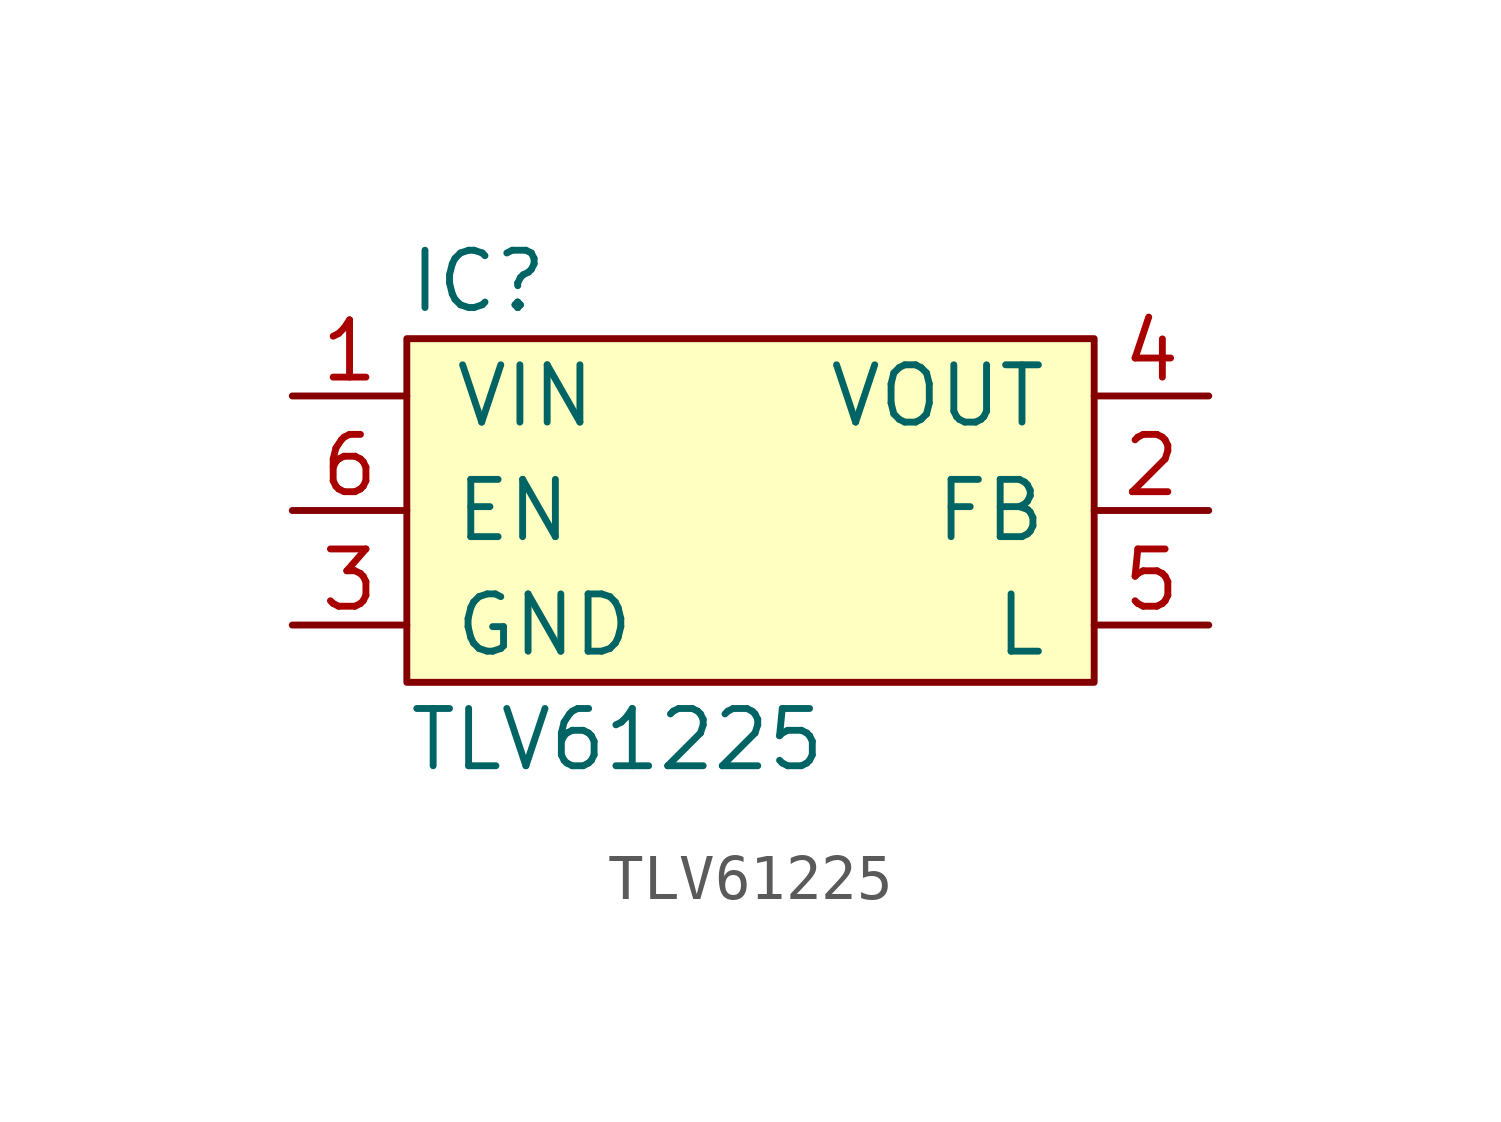
<source format=kicad_sym>
(kicad_symbol_lib
  (version 20211014)
  (generator agg_kicad.build_lib_ic)
  (symbol "TLV61225"
    (pin_names
      (offset 1.016))
    (property Reference IC
      (at -7.62 5.08 0)
      (effects (font (size 1.27 1.27)) (justify left)))
    (property Value "TLV61225"
      (at -7.62 -5.08 0)
      (effects (font (size 1.27 1.27)) (justify left)))
    (symbol "TLV61225_0_0"
      (rectangle (start -7.62 3.81) (end 7.62 -3.81) (stroke (width 0) (type default) (color 0 0 0 0)) (fill (type background)))
      (pin power_in line (at -10.16 2.54 0) (length 2.54) (name VIN (effects (font (size 1.27 1.27)))) (number "1" (effects (font (size 1.27 1.27)))))
      (pin input line (at -10.16 0 0) (length 2.54) (name EN (effects (font (size 1.27 1.27)))) (number "6" (effects (font (size 1.27 1.27)))))
      (pin power_in line (at -10.16 -2.54 0) (length 2.54) (name GND (effects (font (size 1.27 1.27)))) (number "3" (effects (font (size 1.27 1.27)))))
      (pin power_out line (at 10.16 2.54 180) (length 2.54) (name VOUT (effects (font (size 1.27 1.27)))) (number "4" (effects (font (size 1.27 1.27)))))
      (pin input line (at 10.16 0 180) (length 2.54) (name FB (effects (font (size 1.27 1.27)))) (number "2" (effects (font (size 1.27 1.27)))))
      (pin passive line (at 10.16 -2.54 180) (length 2.54) (name L (effects (font (size 1.27 1.27)))) (number "5" (effects (font (size 1.27 1.27))))))))
</source>
